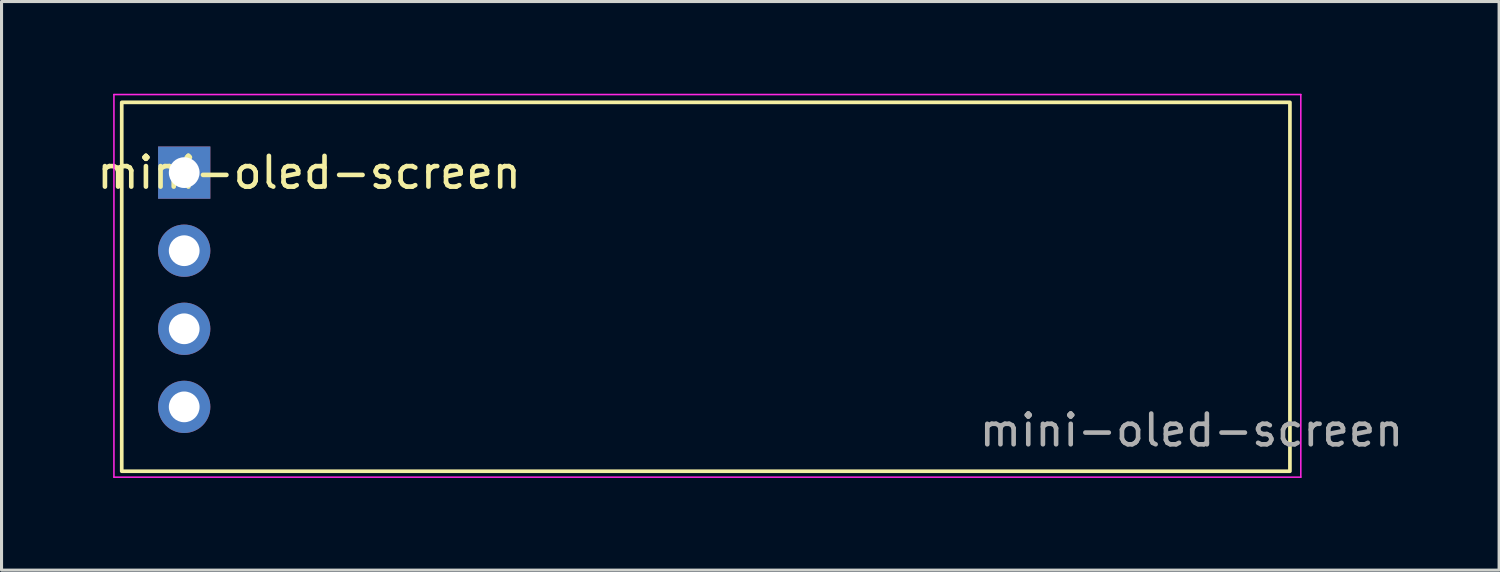
<source format=kicad_pcb>
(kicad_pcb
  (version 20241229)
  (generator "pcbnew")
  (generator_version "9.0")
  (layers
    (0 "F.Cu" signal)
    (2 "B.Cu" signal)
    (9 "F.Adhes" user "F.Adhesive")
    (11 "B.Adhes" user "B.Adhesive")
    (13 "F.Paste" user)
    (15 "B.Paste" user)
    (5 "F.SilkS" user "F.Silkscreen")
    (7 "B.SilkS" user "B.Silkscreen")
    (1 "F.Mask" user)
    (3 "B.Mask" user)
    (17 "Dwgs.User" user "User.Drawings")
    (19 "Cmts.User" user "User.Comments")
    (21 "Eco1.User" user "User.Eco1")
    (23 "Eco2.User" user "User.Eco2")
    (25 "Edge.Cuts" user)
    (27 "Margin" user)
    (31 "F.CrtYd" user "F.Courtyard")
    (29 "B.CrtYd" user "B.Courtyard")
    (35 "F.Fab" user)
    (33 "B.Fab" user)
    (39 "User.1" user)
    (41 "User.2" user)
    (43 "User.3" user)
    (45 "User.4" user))
  (footprint "mini-oled-screen"
    (layer "F.Cu")
    (at 2.942 2.565)
    (property "Reference" "mini-oled-screen" (at 4.064 0 0) (layer "F.SilkS") (effects (font (size 1 1) (thickness 0.15))))
    (attr through_hole)
    (fp_rect (start -2.032 -2.286) (end 35.968 9.714) (stroke (width 0.12) (type solid)) (fill no) (layer "F.SilkS"))
    (fp_line (start -2.286 -2.54) (end -2.286 9.906) (stroke (width 0.05) (type solid)) (layer "F.CrtYd"))
    (fp_line (start -2.286 9.906) (end 36.322 9.906) (stroke (width 0.05) (type solid)) (layer "F.CrtYd"))
    (fp_line (start 36.322 -2.54) (end -2.286 -2.54) (stroke (width 0.05) (type solid)) (layer "F.CrtYd"))
    (fp_line (start 36.322 9.906) (end 36.322 -2.54) (stroke (width 0.05) (type solid)) (layer "F.CrtYd"))
    (fp_text user "${REFERENCE}" (at 32.766 8.382 180) (layer "F.Fab") (effects (font (size 1 1) (thickness 0.15))))
    (pad "1" thru_hole rect (at 0 0) (size 1.7 1.7) (drill 1) (layers "*.Cu" "*.Mask"))
    (pad "2" thru_hole oval (at 0 2.54) (size 1.7 1.7) (drill 1) (layers "*.Cu" "*.Mask"))
    (pad "3" thru_hole oval (at 0 5.08) (size 1.7 1.7) (drill 1) (layers "*.Cu" "*.Mask"))
    (pad "4" thru_hole oval (at 0 7.62) (size 1.7 1.7) (drill 1) (layers "*.Cu" "*.Mask")))
  (gr_rect
    (start -3 -3)
    (end 45.714 15.496)
    (stroke (width 0.1) (type default))
    (fill no)
    (layer "Edge.Cuts")))
</source>
